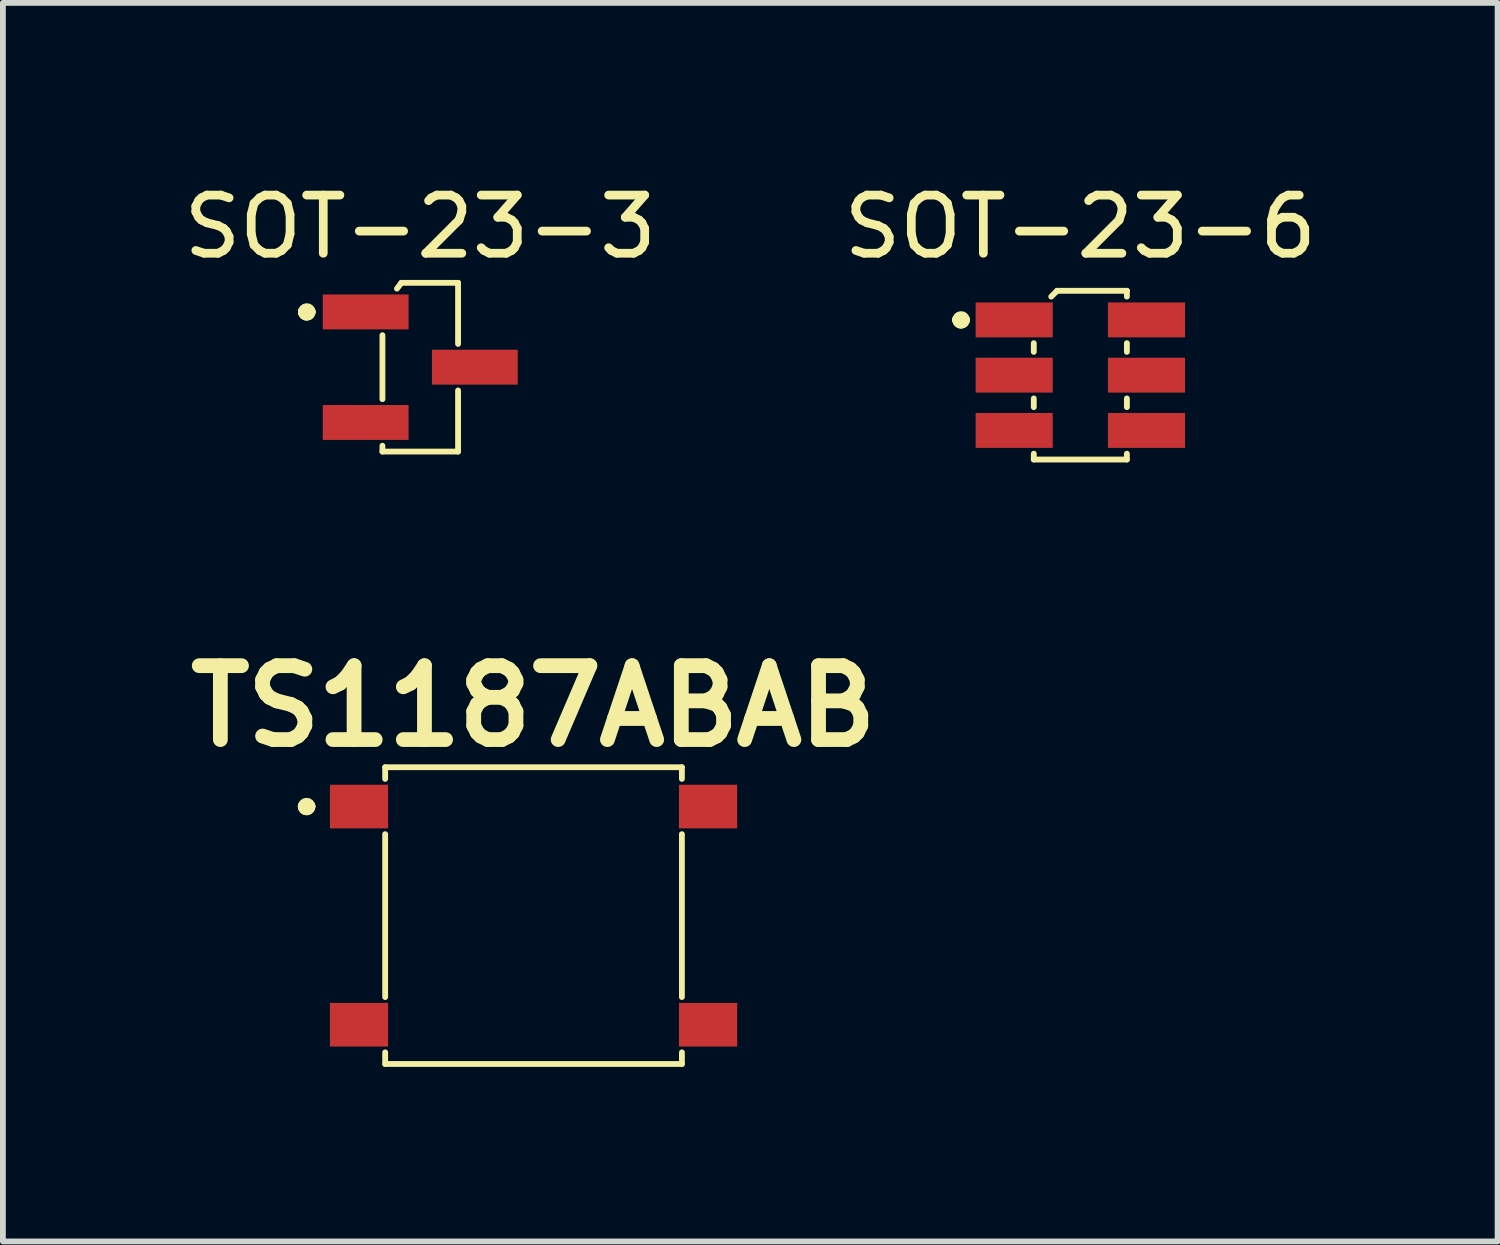
<source format=kicad_pcb>
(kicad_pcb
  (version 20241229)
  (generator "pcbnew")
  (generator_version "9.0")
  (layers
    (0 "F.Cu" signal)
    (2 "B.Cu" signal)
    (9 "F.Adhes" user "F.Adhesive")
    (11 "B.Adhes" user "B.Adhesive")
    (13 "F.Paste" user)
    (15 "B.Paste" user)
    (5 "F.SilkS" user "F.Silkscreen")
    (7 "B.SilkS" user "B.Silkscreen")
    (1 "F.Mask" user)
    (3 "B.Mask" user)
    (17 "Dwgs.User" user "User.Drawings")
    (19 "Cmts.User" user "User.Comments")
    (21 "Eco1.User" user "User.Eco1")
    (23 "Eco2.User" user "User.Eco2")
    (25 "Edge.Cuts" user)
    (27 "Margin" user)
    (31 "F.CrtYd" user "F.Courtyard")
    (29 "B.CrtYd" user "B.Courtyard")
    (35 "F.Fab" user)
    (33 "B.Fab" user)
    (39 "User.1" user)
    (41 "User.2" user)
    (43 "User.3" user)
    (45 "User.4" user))
  (footprint "TS1187ABAB"
    (layer "F.Cu")
    (at 6.12 12.687)
    (property "Reference" "TS1187ABAB" (at 0 -3.6 0) (layer "F.SilkS") (effects (font (size 1.27 1.27) (thickness 0.254))))
    (attr smd)
    (fp_line (start -3.95 -1.875) (end -3.95 -1.875) (stroke (width 0.2) (type solid)) (layer "F.SilkS"))
    (fp_line (start -3.95 -1.875) (end -3.95 -1.875) (stroke (width 0.2) (type solid)) (layer "F.SilkS"))
    (fp_line (start -3.85 -1.875) (end -3.85 -1.875) (stroke (width 0.2) (type solid)) (layer "F.SilkS"))
    (fp_line (start -2.55 -2.55) (end 2.55 -2.55) (stroke (width 0.1) (type solid)) (layer "F.SilkS"))
    (fp_line (start -2.55 -2.35) (end -2.55 -2.55) (stroke (width 0.1) (type solid)) (layer "F.SilkS"))
    (fp_line (start -2.55 -1.4) (end -2.55 1.4) (stroke (width 0.1) (type solid)) (layer "F.SilkS"))
    (fp_line (start -2.55 2.35) (end -2.55 2.55) (stroke (width 0.1) (type solid)) (layer "F.SilkS"))
    (fp_line (start -2.55 2.55) (end 2.55 2.55) (stroke (width 0.1) (type solid)) (layer "F.SilkS"))
    (fp_line (start 2.55 -2.35) (end 2.55 -2.55) (stroke (width 0.1) (type solid)) (layer "F.SilkS"))
    (fp_line (start 2.55 -1.4) (end 2.55 1.4) (stroke (width 0.1) (type solid)) (layer "F.SilkS"))
    (fp_line (start 2.55 2.35) (end 2.55 2.55) (stroke (width 0.1) (type solid)) (layer "F.SilkS"))
    (fp_arc (start -3.95 -1.875) (mid -3.9 -1.925) (end -3.85 -1.875) (stroke (width 0.2) (type solid)) (layer "F.SilkS"))
    (fp_arc (start -3.85 -1.875) (mid -3.9 -1.825) (end -3.95 -1.875) (stroke (width 0.2) (type solid)) (layer "F.SilkS"))
    (fp_arc (start -3.85 -1.875) (mid -3.9 -1.825) (end -3.95 -1.875) (stroke (width 0.2) (type solid)) (layer "F.SilkS"))
    (pad "1" smd rect (at -3 -1.875 90) (size 0.75 1) (layers "F.Cu" "F.Mask" "F.Paste"))
    (pad "1" smd rect (at 3 -1.875 90) (size 0.75 1) (layers "F.Cu" "F.Mask" "F.Paste"))
    (pad "2" smd rect (at -3 1.875 90) (size 0.75 1) (layers "F.Cu" "F.Mask" "F.Paste"))
    (pad "2" smd rect (at 3 1.875 90) (size 0.75 1) (layers "F.Cu" "F.Mask" "F.Paste")))
  (footprint "SOT-23-6"
    (layer "F.Cu")
    (at 15.518 3.398)
    (property "Reference" "SOT-23-6" (at 0 -2.55 0) (unlocked yes) (layer "F.SilkS") (effects (font (size 1 1) (thickness 0.15))))
    (attr smd)
    (fp_line (start -2.1 -0.95) (end -2.1 -0.95) (stroke (width 0.2) (type solid)) (layer "F.SilkS"))
    (fp_line (start -2.1 -0.95) (end -2.1 -0.95) (stroke (width 0.2) (type solid)) (layer "F.SilkS"))
    (fp_line (start -2 -0.95) (end -2 -0.95) (stroke (width 0.2) (type solid)) (layer "F.SilkS"))
    (fp_line (start -0.8 -0.55) (end -0.8 -0.4) (stroke (width 0.1) (type solid)) (layer "F.SilkS"))
    (fp_line (start -0.8 0.55) (end -0.8 0.4) (stroke (width 0.1) (type solid)) (layer "F.SilkS"))
    (fp_line (start -0.8 1.45) (end -0.8 1.35) (stroke (width 0.1) (type solid)) (layer "F.SilkS"))
    (fp_line (start -0.5 -1.35) (end -0.4 -1.45) (stroke (width 0.1) (type solid)) (layer "F.SilkS"))
    (fp_line (start -0.4 -1.45) (end 0.8 -1.45) (stroke (width 0.1) (type solid)) (layer "F.SilkS"))
    (fp_line (start 0.8 -1.45) (end 0.8 -1.35) (stroke (width 0.1) (type solid)) (layer "F.SilkS"))
    (fp_line (start 0.8 -0.55) (end 0.8 -0.4) (stroke (width 0.1) (type solid)) (layer "F.SilkS"))
    (fp_line (start 0.8 0.4) (end 0.8 0.55) (stroke (width 0.1) (type solid)) (layer "F.SilkS"))
    (fp_line (start 0.8 1.35) (end 0.8 1.45) (stroke (width 0.1) (type solid)) (layer "F.SilkS"))
    (fp_line (start 0.8 1.45) (end -0.8 1.45) (stroke (width 0.1) (type solid)) (layer "F.SilkS"))
    (fp_arc (start -2.1 -0.95) (mid -2.05 -1) (end -2 -0.95) (stroke (width 0.2) (type solid)) (layer "F.SilkS"))
    (fp_arc (start -2 -0.95) (mid -2.05 -0.9) (end -2.1 -0.95) (stroke (width 0.2) (type solid)) (layer "F.SilkS"))
    (fp_arc (start -2 -0.95) (mid -2.05 -0.9) (end -2.1 -0.95) (stroke (width 0.2) (type solid)) (layer "F.SilkS"))
    (pad "1" smd rect (at -1.137 -0.95) (size 1.325 0.6) (layers "F.Cu" "F.Mask" "F.Paste"))
    (pad "2" smd rect (at -1.137 0) (size 1.325 0.6) (layers "F.Cu" "F.Mask" "F.Paste"))
    (pad "3" smd rect (at -1.137 0.95) (size 1.325 0.6) (layers "F.Cu" "F.Mask" "F.Paste"))
    (pad "4" smd rect (at 1.137 0.95) (size 1.325 0.6) (layers "F.Cu" "F.Mask" "F.Paste"))
    (pad "5" smd rect (at 1.137 0) (size 1.325 0.6) (layers "F.Cu" "F.Mask" "F.Paste"))
    (pad "6" smd rect (at 1.137 -0.95) (size 1.325 0.6) (layers "F.Cu" "F.Mask" "F.Paste")))
  (footprint "SOT-23-3"
    (layer "F.Cu")
    (at 4.173 3.261)
    (property "Reference" "SOT-23-3" (at 0 -2.413 0) (unlocked yes) (layer "F.SilkS") (effects (font (size 1 1) (thickness 0.15))))
    (attr smd)
    (fp_line (start -2 -0.95) (end -2 -0.95) (stroke (width 0.2) (type solid)) (layer "F.SilkS"))
    (fp_line (start -2 -0.95) (end -2 -0.95) (stroke (width 0.2) (type solid)) (layer "F.SilkS"))
    (fp_line (start -1.9 -0.95) (end -1.9 -0.95) (stroke (width 0.2) (type solid)) (layer "F.SilkS"))
    (fp_line (start -0.65 0.55) (end -0.65 -0.55) (stroke (width 0.1) (type solid)) (layer "F.SilkS"))
    (fp_line (start -0.65 1.45) (end -0.65 1.35) (stroke (width 0.1) (type solid)) (layer "F.SilkS"))
    (fp_line (start -0.4 -1.35) (end -0.325 -1.45) (stroke (width 0.1) (type solid)) (layer "F.SilkS"))
    (fp_line (start -0.325 -1.45) (end 0.65 -1.45) (stroke (width 0.1) (type solid)) (layer "F.SilkS"))
    (fp_line (start 0.65 -0.4) (end 0.65 -1.45) (stroke (width 0.1) (type solid)) (layer "F.SilkS"))
    (fp_line (start 0.65 0.4) (end 0.65 1.45) (stroke (width 0.1) (type solid)) (layer "F.SilkS"))
    (fp_line (start 0.65 1.45) (end -0.65 1.45) (stroke (width 0.1) (type solid)) (layer "F.SilkS"))
    (fp_arc (start -2 -0.95) (mid -1.95 -1) (end -1.9 -0.95) (stroke (width 0.2) (type solid)) (layer "F.SilkS"))
    (fp_arc (start -1.9 -0.95) (mid -1.95 -0.9) (end -2 -0.95) (stroke (width 0.2) (type solid)) (layer "F.SilkS"))
    (fp_arc (start -1.9 -0.95) (mid -1.95 -0.9) (end -2 -0.95) (stroke (width 0.2) (type solid)) (layer "F.SilkS"))
    (pad "1" smd rect (at -0.938 -0.95) (size 1.475 0.6) (layers "F.Cu" "F.Mask" "F.Paste"))
    (pad "2" smd rect (at -0.938 0.95) (size 1.475 0.6) (layers "F.Cu" "F.Mask" "F.Paste"))
    (pad "3" smd rect (at 0.938 0) (size 1.475 0.6) (layers "F.Cu" "F.Mask" "F.Paste")))
  (gr_rect
    (start -3 -3)
    (end 22.69 18.287)
    (stroke (width 0.1) (type default))
    (fill no)
    (layer "Edge.Cuts")))
</source>
